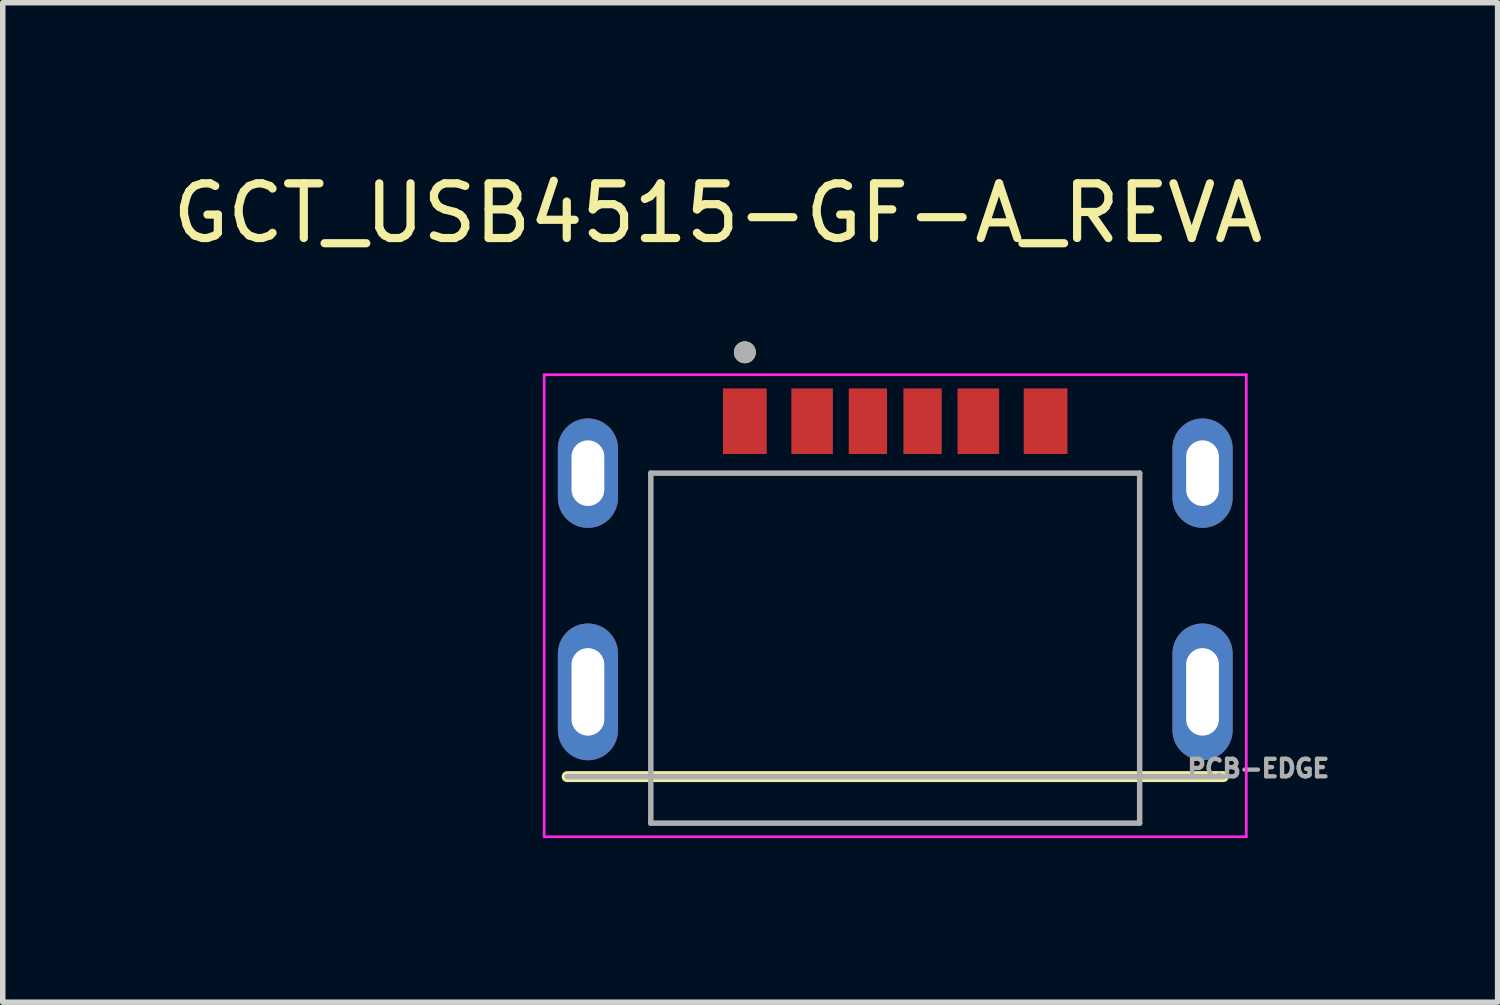
<source format=kicad_pcb>
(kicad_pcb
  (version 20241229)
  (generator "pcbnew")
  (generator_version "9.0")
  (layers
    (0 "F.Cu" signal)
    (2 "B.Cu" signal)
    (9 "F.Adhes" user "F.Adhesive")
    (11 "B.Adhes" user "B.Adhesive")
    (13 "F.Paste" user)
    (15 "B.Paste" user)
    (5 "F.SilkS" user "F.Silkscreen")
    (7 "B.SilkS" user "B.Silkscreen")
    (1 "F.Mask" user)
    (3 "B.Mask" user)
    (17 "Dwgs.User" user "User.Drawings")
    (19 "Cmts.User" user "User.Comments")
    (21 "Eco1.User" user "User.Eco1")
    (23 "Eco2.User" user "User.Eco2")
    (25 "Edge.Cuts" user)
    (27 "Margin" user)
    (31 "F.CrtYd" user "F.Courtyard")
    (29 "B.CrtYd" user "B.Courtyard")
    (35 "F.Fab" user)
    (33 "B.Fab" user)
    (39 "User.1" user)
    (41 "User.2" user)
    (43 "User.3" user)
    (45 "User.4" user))
  (footprint "GCT_USB4515-GF-A_REVA"
    (layer "F.Cu")
    (at 13.322 9.603)
    (property "Reference" "GCT_USB4515-GF-A_REVA" (at -3.245 -8.755 0) (layer "F.SilkS") (effects (font (size 1 1) (thickness 0.15))))
    (attr through_hole)
    (fp_line (start 6 1.55) (end -6 1.55) (stroke (width 0.2) (type solid)) (layer "F.SilkS"))
    (fp_circle (center -2.75 -6.21) (end -2.65 -6.21) (stroke (width 0.2) (type solid)) (fill no) (layer "F.SilkS"))
    (fp_line (start -6.42 -5.8) (end -6.42 2.65) (stroke (width 0.05) (type solid)) (layer "F.CrtYd"))
    (fp_line (start -6.42 2.65) (end 6.42 2.65) (stroke (width 0.05) (type solid)) (layer "F.CrtYd"))
    (fp_line (start 6.42 -5.8) (end -6.42 -5.8) (stroke (width 0.05) (type solid)) (layer "F.CrtYd"))
    (fp_line (start 6.42 2.65) (end 6.42 -5.8) (stroke (width 0.05) (type solid)) (layer "F.CrtYd"))
    (fp_line (start -4.47 -4) (end 4.47 -4) (stroke (width 0.1) (type solid)) (layer "F.Fab"))
    (fp_line (start -4.47 2.4) (end -4.47 -4) (stroke (width 0.1) (type solid)) (layer "F.Fab"))
    (fp_line (start 4.47 -4) (end 4.47 2.4) (stroke (width 0.1) (type solid)) (layer "F.Fab"))
    (fp_line (start 4.47 2.4) (end -4.47 2.4) (stroke (width 0.1) (type solid)) (layer "F.Fab"))
    (fp_line (start 6 1.55) (end -6 1.55) (stroke (width 0.1) (type solid)) (layer "F.Fab"))
    (fp_circle (center -2.75 -6.21) (end -2.65 -6.21) (stroke (width 0.2) (type solid)) (fill no) (layer "F.Fab"))
    (fp_line (start -6.62 1.55) (end -4.62 1.55) (stroke (width 0.01) (type solid)) (layer "User.2"))
    (fp_line (start -4.62 1.55) (end -4.62 -4.15) (stroke (width 0.01) (type solid)) (layer "User.2"))
    (fp_line (start -3.95 -4.15) (end 3.95 -4.15) (stroke (width 0.01) (type solid)) (layer "User.2"))
    (fp_line (start 4.62 -4.15) (end 4.62 1.55) (stroke (width 0.01) (type solid)) (layer "User.2"))
    (fp_line (start 4.62 1.55) (end 6.62 1.55) (stroke (width 0.01) (type solid)) (layer "User.2"))
    (fp_arc (start -4.62 -4.15) (mid -4.359957 -4.447798) (end -4.03 -4.23) (stroke (width 0.01) (type solid)) (layer "User.2"))
    (fp_arc (start -3.95 -4.15) (mid -4.003267 -4.176733) (end -4.03 -4.23) (stroke (width 0.01) (type solid)) (layer "User.2"))
    (fp_arc (start 4.03 -4.23) (mid 4.003267 -4.176733) (end 3.95 -4.15) (stroke (width 0.01) (type solid)) (layer "User.2"))
    (fp_arc (start 4.03 -4.23) (mid 4.359955 -4.447798) (end 4.62 -4.15) (stroke (width 0.01) (type solid)) (layer "User.2"))
    (fp_text user "PCB-EDGE" (at 6.64 1.4 0) (layer "F.Fab") (effects (font (size 0.32 0.32) (thickness 0.15))))
    (pad "A5" smd rect (at -0.5 -4.95) (size 0.7 1.2) (layers "F.Cu" "F.Mask" "F.Paste"))
    (pad "A9" smd rect (at 1.52 -4.95) (size 0.76 1.2) (layers "F.Cu" "F.Mask" "F.Paste"))
    (pad "A12" smd rect (at 2.75 -4.95) (size 0.8 1.2) (layers "F.Cu" "F.Mask" "F.Paste"))
    (pad "B5" smd rect (at 0.5 -4.95) (size 0.7 1.2) (layers "F.Cu" "F.Mask" "F.Paste"))
    (pad "B9" smd rect (at -1.52 -4.95) (size 0.76 1.2) (layers "F.Cu" "F.Mask" "F.Paste"))
    (pad "B12" smd rect (at -2.75 -4.95) (size 0.8 1.2) (layers "F.Cu" "F.Mask" "F.Paste"))
    (pad "S1" thru_hole oval (at -5.62 0) (size 1.1 2.5) (drill oval 0.6 1.6) (layers "*.Cu" "*.Mask"))
    (pad "S2" thru_hole oval (at 5.62 0) (size 1.1 2.5) (drill oval 0.6 1.6) (layers "*.Cu" "*.Mask"))
    (pad "S3" thru_hole oval (at -5.62 -4) (size 1.1 2) (drill oval 0.6 1.2) (layers "*.Cu" "*.Mask"))
    (pad "S4" thru_hole oval (at 5.62 -4) (size 1.1 2) (drill oval 0.6 1.2) (layers "*.Cu" "*.Mask")))
  (gr_rect
    (start -3 -3)
    (end 24.338 15.278)
    (stroke (width 0.1) (type default))
    (fill no)
    (layer "Edge.Cuts")))
</source>
